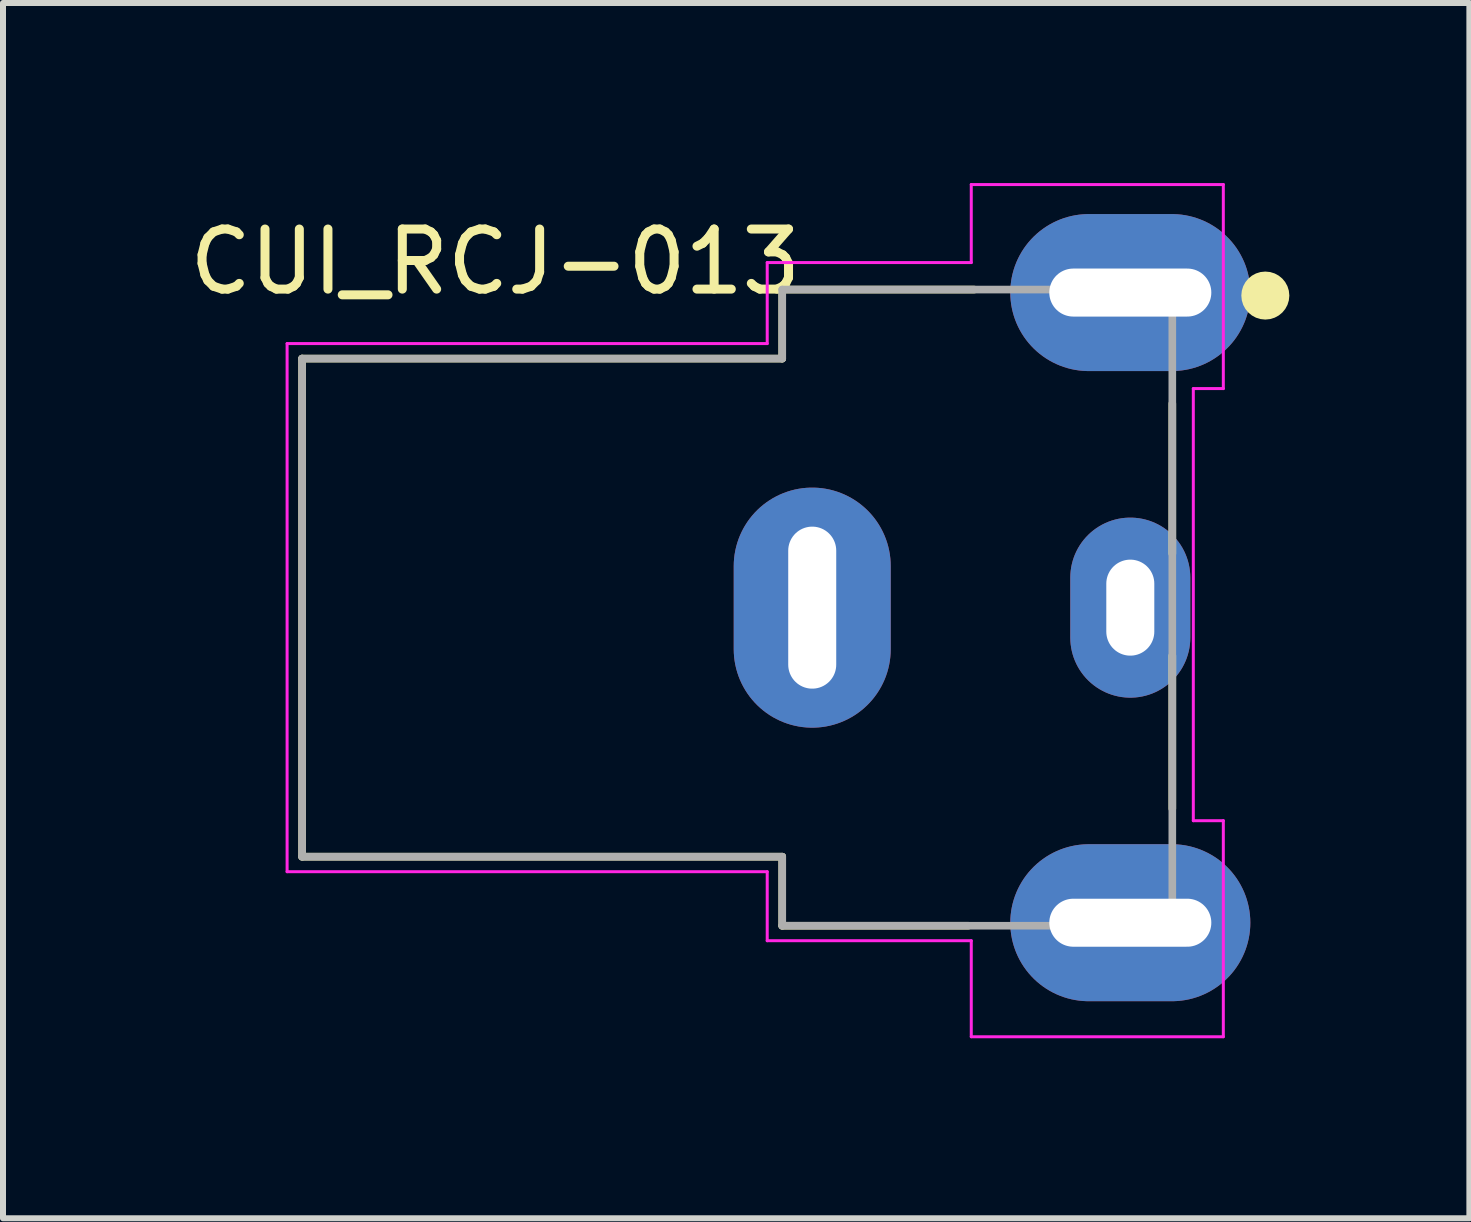
<source format=kicad_pcb>
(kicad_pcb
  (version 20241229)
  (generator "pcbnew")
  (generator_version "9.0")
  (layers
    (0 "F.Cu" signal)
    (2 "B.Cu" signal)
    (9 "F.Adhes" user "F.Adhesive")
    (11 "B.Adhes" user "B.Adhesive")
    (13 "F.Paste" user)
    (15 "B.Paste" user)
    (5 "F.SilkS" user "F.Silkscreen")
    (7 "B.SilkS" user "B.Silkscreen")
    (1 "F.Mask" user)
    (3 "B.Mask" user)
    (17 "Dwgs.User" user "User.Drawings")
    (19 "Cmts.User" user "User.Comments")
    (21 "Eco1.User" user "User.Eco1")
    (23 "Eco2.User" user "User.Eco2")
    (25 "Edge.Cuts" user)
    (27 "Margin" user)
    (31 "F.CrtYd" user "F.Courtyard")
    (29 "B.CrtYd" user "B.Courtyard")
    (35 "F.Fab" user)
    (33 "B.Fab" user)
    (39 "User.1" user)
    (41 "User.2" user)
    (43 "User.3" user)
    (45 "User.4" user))
  (footprint "CUI_RCJ-013"
    (layer "F.Cu")
    (at 9.234 7.075)
    (property "Reference" "CUI_RCJ-013" (at -4.031 -5.763 0) (layer "F.SilkS") (effects (font (size 1.001 1.001) (thickness 0.15))))
    (attr through_hole)
    (fp_line (start -7.25 -4.15) (end -7.25 4.15) (stroke (width 0.127) (type solid)) (layer "F.SilkS"))
    (fp_line (start -7.25 4.15) (end 0.75 4.15) (stroke (width 0.127) (type solid)) (layer "F.SilkS"))
    (fp_line (start 0.75 -5.3) (end 0.75 -4.15) (stroke (width 0.127) (type solid)) (layer "F.SilkS"))
    (fp_line (start 0.75 -4.15) (end -7.25 -4.15) (stroke (width 0.127) (type solid)) (layer "F.SilkS"))
    (fp_line (start 0.75 4.15) (end 0.75 5.3) (stroke (width 0.127) (type solid)) (layer "F.SilkS"))
    (fp_line (start 0.75 5.3) (end 3.85 5.3) (stroke (width 0.127) (type solid)) (layer "F.SilkS"))
    (fp_line (start 3.95 -5.3) (end 0.75 -5.3) (stroke (width 0.127) (type solid)) (layer "F.SilkS"))
    (fp_line (start 7.25 -0.9) (end 7.25 -3.4) (stroke (width 0.127) (type solid)) (layer "F.SilkS"))
    (fp_line (start 7.25 3.35) (end 7.25 0.8) (stroke (width 0.127) (type solid)) (layer "F.SilkS"))
    (fp_circle (center 8.8 -5.2) (end 9 -5.2) (stroke (width 0.4) (type solid)) (fill no) (layer "F.SilkS"))
    (fp_line (start -7.5 -4.4) (end -7.5 4.4) (stroke (width 0.05) (type solid)) (layer "F.CrtYd"))
    (fp_line (start -7.5 4.4) (end 0.5 4.4) (stroke (width 0.05) (type solid)) (layer "F.CrtYd"))
    (fp_line (start 0.5 -5.75) (end 0.5 -4.4) (stroke (width 0.05) (type solid)) (layer "F.CrtYd"))
    (fp_line (start 0.5 -4.4) (end -7.5 -4.4) (stroke (width 0.05) (type solid)) (layer "F.CrtYd"))
    (fp_line (start 0.5 4.4) (end 0.5 5.55) (stroke (width 0.05) (type solid)) (layer "F.CrtYd"))
    (fp_line (start 0.5 5.55) (end 3.9 5.55) (stroke (width 0.05) (type solid)) (layer "F.CrtYd"))
    (fp_line (start 3.9 -7.05) (end 8.1 -7.05) (stroke (width 0.05) (type solid)) (layer "F.CrtYd"))
    (fp_line (start 3.9 -5.75) (end 0.5 -5.75) (stroke (width 0.05) (type solid)) (layer "F.CrtYd"))
    (fp_line (start 3.9 -5.75) (end 3.9 -7.05) (stroke (width 0.05) (type solid)) (layer "F.CrtYd"))
    (fp_line (start 3.9 7.15) (end 3.9 5.55) (stroke (width 0.05) (type solid)) (layer "F.CrtYd"))
    (fp_line (start 7.6 -3.65) (end 7.6 3.55) (stroke (width 0.05) (type solid)) (layer "F.CrtYd"))
    (fp_line (start 7.6 3.55) (end 8.1 3.55) (stroke (width 0.05) (type solid)) (layer "F.CrtYd"))
    (fp_line (start 8.1 -7.05) (end 8.1 -3.65) (stroke (width 0.05) (type solid)) (layer "F.CrtYd"))
    (fp_line (start 8.1 -3.65) (end 7.6 -3.65) (stroke (width 0.05) (type solid)) (layer "F.CrtYd"))
    (fp_line (start 8.1 7.15) (end 3.9 7.15) (stroke (width 0.05) (type solid)) (layer "F.CrtYd"))
    (fp_line (start 8.1 7.15) (end 8.1 3.55) (stroke (width 0.05) (type solid)) (layer "F.CrtYd"))
    (fp_line (start -7.25 -4.15) (end -7.25 4.15) (stroke (width 0.127) (type solid)) (layer "F.Fab"))
    (fp_line (start -7.25 4.15) (end 0.75 4.15) (stroke (width 0.127) (type solid)) (layer "F.Fab"))
    (fp_line (start 0.75 -5.3) (end 0.75 -4.15) (stroke (width 0.127) (type solid)) (layer "F.Fab"))
    (fp_line (start 0.75 -4.15) (end -7.25 -4.15) (stroke (width 0.127) (type solid)) (layer "F.Fab"))
    (fp_line (start 0.75 4.15) (end 0.75 5.3) (stroke (width 0.127) (type solid)) (layer "F.Fab"))
    (fp_line (start 0.75 5.3) (end 7.25 5.3) (stroke (width 0.127) (type solid)) (layer "F.Fab"))
    (fp_line (start 7.25 -5.3) (end 0.75 -5.3) (stroke (width 0.127) (type solid)) (layer "F.Fab"))
    (fp_line (start 7.25 5.3) (end 7.25 -5.3) (stroke (width 0.127) (type solid)) (layer "F.Fab"))
    (pad "1A" thru_hole oval (at 6.55 -5.25) (size 4 2.616) (drill oval 2.7 0.8) (layers "*.Cu" "*.Mask"))
    (pad "1B" thru_hole oval (at 6.55 5.25) (size 4 2.616) (drill oval 2.7 0.8) (layers "*.Cu" "*.Mask"))
    (pad "1C" thru_hole oval (at 1.25 0) (size 2.616 4) (drill oval 0.8 2.7) (layers "*.Cu" "*.Mask"))
    (pad "2" thru_hole oval (at 6.55 0) (size 2 3) (drill oval 0.8 1.6) (layers "*.Cu" "*.Mask")))
  (gr_rect
    (start -3 -3)
    (end 21.434 17.25)
    (stroke (width 0.1) (type default))
    (fill no)
    (layer "Edge.Cuts")))
</source>
